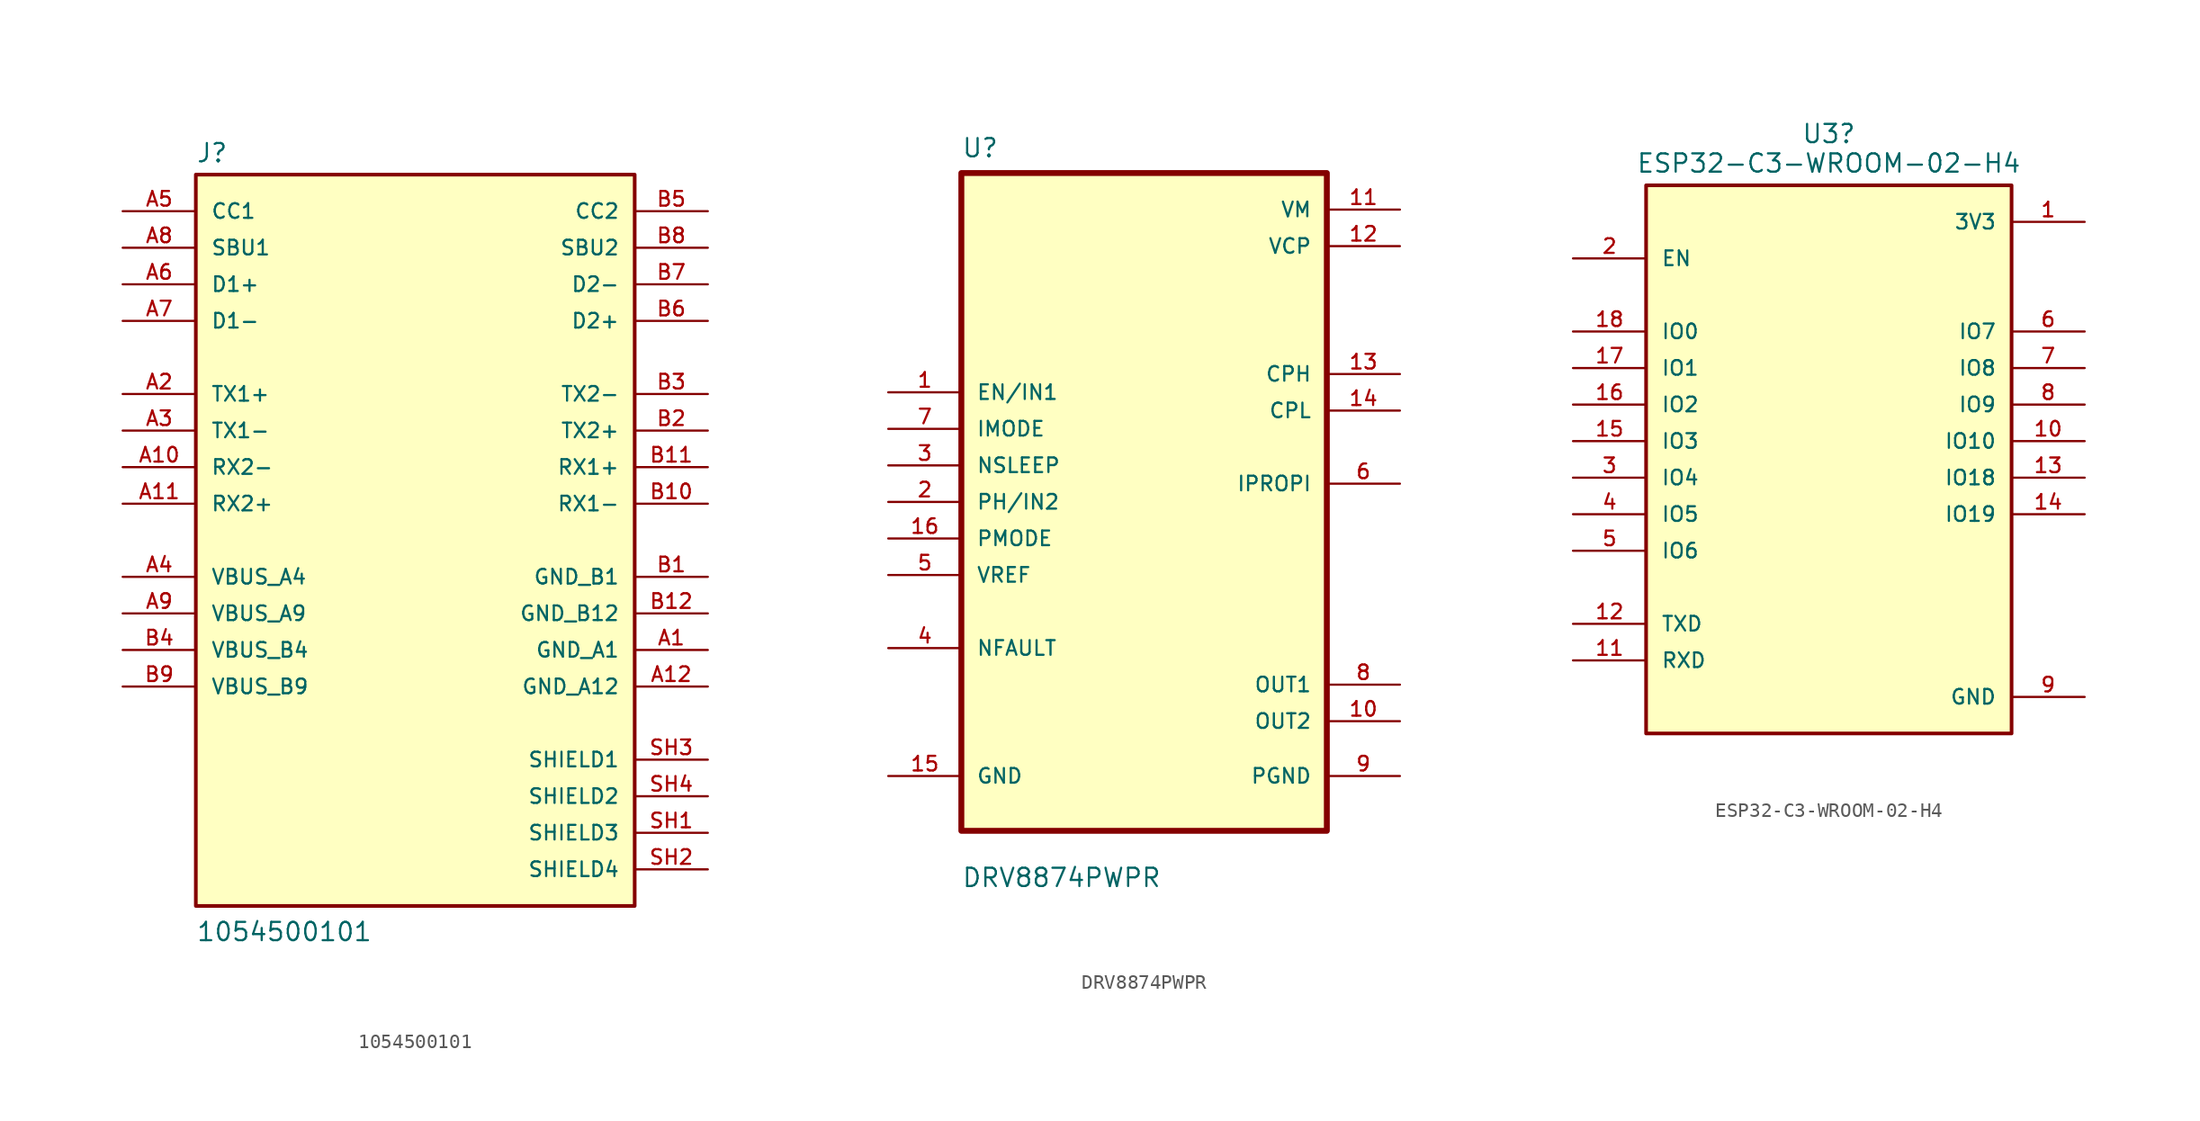
<source format=kicad_sym>
(kicad_symbol_lib
  (version 20220914)
  (generator kicad_symbol_editor)
  (symbol "1054500101"
    (pin_names
      (offset 1.016))
    (property "Reference" "J"
      (at -15.24 26.162 0)
      (effects (font (size 1.27 1.27)) (justify left bottom)))
    (property "Value" "1054500101"
      (at -15.24 -27.94 0)
      (effects (font (size 1.27 1.27)) (justify left bottom)))
    (symbol "1054500101_0_0"
      (rectangle (start -15.24 -25.4) (end 15.24 25.4) (stroke (width 0.254) (type default)) (fill (type background)))
      (pin power_in line (at 20.32 -7.62 180) (length 5.08) (name "GND_A1" (effects (font (size 1.016 1.016)))) (number "A1" (effects (font (size 1.016 1.016)))))
      (pin bidirectional line (at -20.32 5.08 0) (length 5.08) (name "RX2-" (effects (font (size 1.016 1.016)))) (number "A10" (effects (font (size 1.016 1.016)))))
      (pin bidirectional line (at -20.32 2.54 0) (length 5.08) (name "RX2+" (effects (font (size 1.016 1.016)))) (number "A11" (effects (font (size 1.016 1.016)))))
      (pin power_in line (at 20.32 -10.16 180) (length 5.08) (name "GND_A12" (effects (font (size 1.016 1.016)))) (number "A12" (effects (font (size 1.016 1.016)))))
      (pin bidirectional line (at -20.32 10.16 0) (length 5.08) (name "TX1+" (effects (font (size 1.016 1.016)))) (number "A2" (effects (font (size 1.016 1.016)))))
      (pin bidirectional line (at -20.32 7.62 0) (length 5.08) (name "TX1-" (effects (font (size 1.016 1.016)))) (number "A3" (effects (font (size 1.016 1.016)))))
      (pin power_in line (at -20.32 -2.54 0) (length 5.08) (name "VBUS_A4" (effects (font (size 1.016 1.016)))) (number "A4" (effects (font (size 1.016 1.016)))))
      (pin bidirectional line (at -20.32 22.86 0) (length 5.08) (name "CC1" (effects (font (size 1.016 1.016)))) (number "A5" (effects (font (size 1.016 1.016)))))
      (pin bidirectional line (at -20.32 17.78 0) (length 5.08) (name "D1+" (effects (font (size 1.016 1.016)))) (number "A6" (effects (font (size 1.016 1.016)))))
      (pin bidirectional line (at -20.32 15.24 0) (length 5.08) (name "D1-" (effects (font (size 1.016 1.016)))) (number "A7" (effects (font (size 1.016 1.016)))))
      (pin bidirectional line (at -20.32 20.32 0) (length 5.08) (name "SBU1" (effects (font (size 1.016 1.016)))) (number "A8" (effects (font (size 1.016 1.016)))))
      (pin power_in line (at -20.32 -5.08 0) (length 5.08) (name "VBUS_A9" (effects (font (size 1.016 1.016)))) (number "A9" (effects (font (size 1.016 1.016)))))
      (pin power_in line (at 20.32 -2.54 180) (length 5.08) (name "GND_B1" (effects (font (size 1.016 1.016)))) (number "B1" (effects (font (size 1.016 1.016)))))
      (pin bidirectional line (at 20.32 2.54 180) (length 5.08) (name "RX1-" (effects (font (size 1.016 1.016)))) (number "B10" (effects (font (size 1.016 1.016)))))
      (pin bidirectional line (at 20.32 5.08 180) (length 5.08) (name "RX1+" (effects (font (size 1.016 1.016)))) (number "B11" (effects (font (size 1.016 1.016)))))
      (pin power_in line (at 20.32 -5.08 180) (length 5.08) (name "GND_B12" (effects (font (size 1.016 1.016)))) (number "B12" (effects (font (size 1.016 1.016)))))
      (pin bidirectional line (at 20.32 7.62 180) (length 5.08) (name "TX2+" (effects (font (size 1.016 1.016)))) (number "B2" (effects (font (size 1.016 1.016)))))
      (pin bidirectional line (at 20.32 10.16 180) (length 5.08) (name "TX2-" (effects (font (size 1.016 1.016)))) (number "B3" (effects (font (size 1.016 1.016)))))
      (pin power_in line (at -20.32 -7.62 0) (length 5.08) (name "VBUS_B4" (effects (font (size 1.016 1.016)))) (number "B4" (effects (font (size 1.016 1.016)))))
      (pin bidirectional line (at 20.32 22.86 180) (length 5.08) (name "CC2" (effects (font (size 1.016 1.016)))) (number "B5" (effects (font (size 1.016 1.016)))))
      (pin bidirectional line (at 20.32 15.24 180) (length 5.08) (name "D2+" (effects (font (size 1.016 1.016)))) (number "B6" (effects (font (size 1.016 1.016)))))
      (pin bidirectional line (at 20.32 17.78 180) (length 5.08) (name "D2-" (effects (font (size 1.016 1.016)))) (number "B7" (effects (font (size 1.016 1.016)))))
      (pin bidirectional line (at 20.32 20.32 180) (length 5.08) (name "SBU2" (effects (font (size 1.016 1.016)))) (number "B8" (effects (font (size 1.016 1.016)))))
      (pin power_in line (at -20.32 -10.16 0) (length 5.08) (name "VBUS_B9" (effects (font (size 1.016 1.016)))) (number "B9" (effects (font (size 1.016 1.016)))))
      (pin passive line (at 20.32 -20.32 180) (length 5.08) (name "SHIELD3" (effects (font (size 1.016 1.016)))) (number "SH1" (effects (font (size 1.016 1.016)))))
      (pin passive line (at 20.32 -22.86 180) (length 5.08) (name "SHIELD4" (effects (font (size 1.016 1.016)))) (number "SH2" (effects (font (size 1.016 1.016)))))
      (pin passive line (at 20.32 -15.24 180) (length 5.08) (name "SHIELD1" (effects (font (size 1.016 1.016)))) (number "SH3" (effects (font (size 1.016 1.016)))))
      (pin passive line (at 20.32 -17.78 180) (length 5.08) (name "SHIELD2" (effects (font (size 1.016 1.016)))) (number "SH4" (effects (font (size 1.016 1.016)))))))
  (symbol "DRV8874PWPR"
    (pin_names
      (offset 1.016))
    (property "Reference" "U"
      (at -12.7 23.86 0)
      (effects (font (size 1.27 1.27)) (justify left bottom)))
    (property "Value" "DRV8874PWPR"
      (at -12.7 -26.86 0)
      (effects (font (size 1.27 1.27)) (justify left bottom)))
    (symbol "DRV8874PWPR_0_0"
      (rectangle (start -12.7 -22.86) (end 12.7 22.86) (stroke (width 0.41) (type default)) (fill (type background)))
      (pin input line (at -17.78 7.62 0) (length 5.08) (name "EN/IN1" (effects (font (size 1.016 1.016)))) (number "1" (effects (font (size 1.016 1.016)))))
      (pin output line (at 17.78 -15.24 180) (length 5.08) (name "OUT2" (effects (font (size 1.016 1.016)))) (number "10" (effects (font (size 1.016 1.016)))))
      (pin power_in line (at 17.78 20.32 180) (length 5.08) (name "VM" (effects (font (size 1.016 1.016)))) (number "11" (effects (font (size 1.016 1.016)))))
      (pin power_in line (at 17.78 17.78 180) (length 5.08) (name "VCP" (effects (font (size 1.016 1.016)))) (number "12" (effects (font (size 1.016 1.016)))))
      (pin power_in line (at 17.78 8.89 180) (length 5.08) (name "CPH" (effects (font (size 1.016 1.016)))) (number "13" (effects (font (size 1.016 1.016)))))
      (pin power_in line (at 17.78 6.35 180) (length 5.08) (name "CPL" (effects (font (size 1.016 1.016)))) (number "14" (effects (font (size 1.016 1.016)))))
      (pin power_in line (at -17.78 -19.05 0) (length 5.08) (name "GND" (effects (font (size 1.016 1.016)))) (number "15" (effects (font (size 1.016 1.016)))))
      (pin input line (at -17.78 -2.54 0) (length 5.08) (name "PMODE" (effects (font (size 1.016 1.016)))) (number "16" (effects (font (size 1.016 1.016)))))
      (pin input line (at -17.78 0 0) (length 5.08) (name "PH/IN2" (effects (font (size 1.016 1.016)))) (number "2" (effects (font (size 1.016 1.016)))))
      (pin input line (at -17.78 2.54 0) (length 5.08) (name "NSLEEP" (effects (font (size 1.016 1.016)))) (number "3" (effects (font (size 1.016 1.016)))))
      (pin bidirectional line (at -17.78 -10.16 0) (length 5.08) (name "NFAULT" (effects (font (size 1.016 1.016)))) (number "4" (effects (font (size 1.016 1.016)))))
      (pin input line (at -17.78 -5.08 0) (length 5.08) (name "VREF" (effects (font (size 1.016 1.016)))) (number "5" (effects (font (size 1.016 1.016)))))
      (pin output line (at 17.78 1.27 180) (length 5.08) (name "IPROPI" (effects (font (size 1.016 1.016)))) (number "6" (effects (font (size 1.016 1.016)))))
      (pin input line (at -17.78 5.08 0) (length 5.08) (name "IMODE" (effects (font (size 1.016 1.016)))) (number "7" (effects (font (size 1.016 1.016)))))
      (pin output line (at 17.78 -12.7 180) (length 5.08) (name "OUT1" (effects (font (size 1.016 1.016)))) (number "8" (effects (font (size 1.016 1.016)))))
      (pin power_in line (at 17.78 -19.05 180) (length 5.08) (name "PGND" (effects (font (size 1.016 1.016)))) (number "9" (effects (font (size 1.016 1.016))))))
    (symbol "DRV8874PWPR_1_0"
      (pin power_in line (at 17.78 -19.05 180) (length 5.08) hide (name "PGND" (effects (font (size 1.016 1.016)))) (number "17" (effects (font (size 1.016 1.016)))))))
  (symbol "ESP32-C3-WROOM-02-H4"
    (pin_names
      (offset 1.016))
    (property "Reference" "U3"
      (at 0 23.9 0)
      (effects (font (size 1.27 1.27))))
    (property "Value" "ESP32-C3-WROOM-02-H4"
      (at 0 21.852 0)
      (effects (font (size 1.27 1.27))))
    (symbol "ESP32-C3-WROOM-02-H4_0_0"
      (rectangle (start -12.7 -17.78) (end 12.7 20.32) (stroke (width 0.254) (type default)) (fill (type background)))
      (pin power_in line (at 17.78 17.78 180) (length 5.08) (name "3V3" (effects (font (size 1.016 1.016)))) (number "1" (effects (font (size 1.016 1.016)))))
      (pin bidirectional line (at 17.78 2.54 180) (length 5.08) (name "IO10" (effects (font (size 1.016 1.016)))) (number "10" (effects (font (size 1.016 1.016)))))
      (pin bidirectional line (at -17.78 -12.7 0) (length 5.08) (name "RXD" (effects (font (size 1.016 1.016)))) (number "11" (effects (font (size 1.016 1.016)))))
      (pin bidirectional line (at -17.78 -10.16 0) (length 5.08) (name "TXD" (effects (font (size 1.016 1.016)))) (number "12" (effects (font (size 1.016 1.016)))))
      (pin bidirectional line (at 17.78 0 180) (length 5.08) (name "IO18" (effects (font (size 1.016 1.016)))) (number "13" (effects (font (size 1.016 1.016)))))
      (pin bidirectional line (at 17.78 -2.54 180) (length 5.08) (name "IO19" (effects (font (size 1.016 1.016)))) (number "14" (effects (font (size 1.016 1.016)))))
      (pin bidirectional line (at -17.78 2.54 0) (length 5.08) (name "IO3" (effects (font (size 1.016 1.016)))) (number "15" (effects (font (size 1.016 1.016)))))
      (pin bidirectional line (at -17.78 5.08 0) (length 5.08) (name "IO2" (effects (font (size 1.016 1.016)))) (number "16" (effects (font (size 1.016 1.016)))))
      (pin bidirectional line (at -17.78 7.62 0) (length 5.08) (name "IO1" (effects (font (size 1.016 1.016)))) (number "17" (effects (font (size 1.016 1.016)))))
      (pin bidirectional line (at -17.78 10.16 0) (length 5.08) (name "IO0" (effects (font (size 1.016 1.016)))) (number "18" (effects (font (size 1.016 1.016)))))
      (pin input line (at -17.78 15.24 0) (length 5.08) (name "EN" (effects (font (size 1.016 1.016)))) (number "2" (effects (font (size 1.016 1.016)))))
      (pin bidirectional line (at -17.78 0 0) (length 5.08) (name "IO4" (effects (font (size 1.016 1.016)))) (number "3" (effects (font (size 1.016 1.016)))))
      (pin bidirectional line (at -17.78 -2.54 0) (length 5.08) (name "IO5" (effects (font (size 1.016 1.016)))) (number "4" (effects (font (size 1.016 1.016)))))
      (pin bidirectional line (at -17.78 -5.08 0) (length 5.08) (name "IO6" (effects (font (size 1.016 1.016)))) (number "5" (effects (font (size 1.016 1.016)))))
      (pin bidirectional line (at 17.78 10.16 180) (length 5.08) (name "IO7" (effects (font (size 1.016 1.016)))) (number "6" (effects (font (size 1.016 1.016)))))
      (pin bidirectional line (at 17.78 7.62 180) (length 5.08) (name "IO8" (effects (font (size 1.016 1.016)))) (number "7" (effects (font (size 1.016 1.016)))))
      (pin bidirectional line (at 17.78 5.08 180) (length 5.08) (name "IO9" (effects (font (size 1.016 1.016)))) (number "8" (effects (font (size 1.016 1.016)))))
      (pin power_in line (at 17.78 -15.24 180) (length 5.08) (name "GND" (effects (font (size 1.016 1.016)))) (number "9" (effects (font (size 1.016 1.016))))))))
</source>
